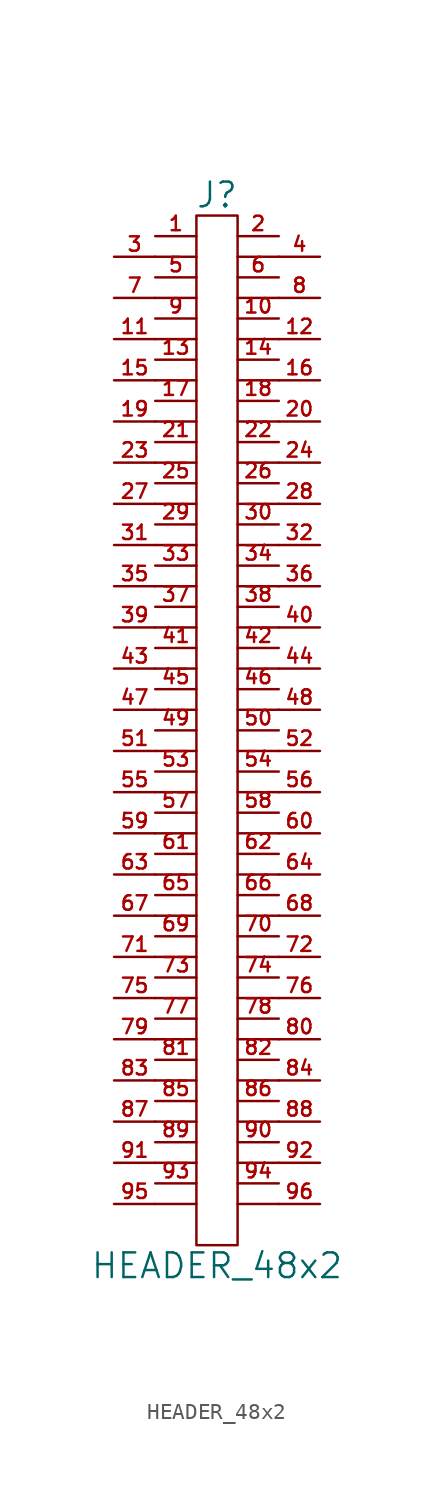
<source format=kicad_sym>
(kicad_symbol_lib
  (version 20220914)
  (generator kicad_symbol_editor)
  (symbol "HEADER_48x2"
    (pin_names
      (offset 0))
    (property "Reference" "J"
      (at 0 33.02 0)
      (effects (font (size 1.524 1.524))))
    (property "Value" "HEADER_48x2"
      (at 0 -33.02 0)
      (effects (font (size 1.524 1.524))))
    (property "Footprint" ""
      (at 0 6.35 0)
      (effects (font (size 1.524 1.524))))
    (property "Datasheet" ""
      (at 0 0 0)
      (effects (font (size 1.524 1.524))))
    (symbol "HEADER_48x2_0_1"
      (polyline (pts (xy -3.81 -29.21) (xy -1.27 -29.21)) (stroke (width 0) (type solid)) (fill (type none)))
      (polyline (pts (xy -3.81 -26.67) (xy -1.27 -26.67)) (stroke (width 0) (type solid)) (fill (type none)))
      (polyline (pts (xy -3.81 -24.13) (xy -1.27 -24.13)) (stroke (width 0) (type solid)) (fill (type none)))
      (polyline (pts (xy -3.81 -21.59) (xy -1.27 -21.59)) (stroke (width 0) (type solid)) (fill (type none)))
      (polyline (pts (xy -3.81 -19.05) (xy -1.27 -19.05)) (stroke (width 0) (type solid)) (fill (type none)))
      (polyline (pts (xy -3.81 -16.51) (xy -1.27 -16.51)) (stroke (width 0) (type solid)) (fill (type none)))
      (polyline (pts (xy -3.81 -13.97) (xy -1.27 -13.97)) (stroke (width 0) (type solid)) (fill (type none)))
      (polyline (pts (xy -3.81 -11.43) (xy -1.27 -11.43)) (stroke (width 0) (type solid)) (fill (type none)))
      (polyline (pts (xy -3.81 -8.89) (xy -1.27 -8.89)) (stroke (width 0) (type solid)) (fill (type none)))
      (polyline (pts (xy -3.81 -6.35) (xy -1.27 -6.35)) (stroke (width 0) (type solid)) (fill (type none)))
      (polyline (pts (xy -3.81 -3.81) (xy -1.27 -3.81)) (stroke (width 0) (type solid)) (fill (type none)))
      (polyline (pts (xy -3.81 -1.27) (xy -1.27 -1.27)) (stroke (width 0) (type solid)) (fill (type none)))
      (polyline (pts (xy -3.81 1.27) (xy -1.27 1.27)) (stroke (width 0) (type solid)) (fill (type none)))
      (polyline (pts (xy -3.81 3.81) (xy -1.27 3.81)) (stroke (width 0) (type solid)) (fill (type none)))
      (polyline (pts (xy -3.81 6.35) (xy -1.27 6.35)) (stroke (width 0) (type solid)) (fill (type none)))
      (polyline (pts (xy -3.81 8.89) (xy -1.27 8.89)) (stroke (width 0) (type solid)) (fill (type none)))
      (polyline (pts (xy -3.81 11.43) (xy -1.27 11.43)) (stroke (width 0) (type solid)) (fill (type none)))
      (polyline (pts (xy -3.81 13.97) (xy -1.27 13.97)) (stroke (width 0) (type solid)) (fill (type none)))
      (polyline (pts (xy -3.81 16.51) (xy -1.27 16.51)) (stroke (width 0) (type solid)) (fill (type none)))
      (polyline (pts (xy -3.81 19.05) (xy -1.27 19.05)) (stroke (width 0) (type solid)) (fill (type none)))
      (polyline (pts (xy -3.81 21.59) (xy -1.27 21.59)) (stroke (width 0) (type solid)) (fill (type none)))
      (polyline (pts (xy -3.81 24.13) (xy -1.27 24.13)) (stroke (width 0) (type solid)) (fill (type none)))
      (polyline (pts (xy -3.81 26.67) (xy -1.27 26.67)) (stroke (width 0) (type solid)) (fill (type none)))
      (polyline (pts (xy -3.81 29.21) (xy -1.27 29.21)) (stroke (width 0) (type solid)) (fill (type none)))
      (polyline (pts (xy 1.27 -29.21) (xy 3.81 -29.21)) (stroke (width 0) (type solid)) (fill (type none)))
      (polyline (pts (xy 1.27 -26.67) (xy 3.81 -26.67)) (stroke (width 0) (type solid)) (fill (type none)))
      (polyline (pts (xy 1.27 -24.13) (xy 3.81 -24.13)) (stroke (width 0) (type solid)) (fill (type none)))
      (polyline (pts (xy 1.27 -21.59) (xy 3.81 -21.59)) (stroke (width 0) (type solid)) (fill (type none)))
      (polyline (pts (xy 1.27 -19.05) (xy 3.81 -19.05)) (stroke (width 0) (type solid)) (fill (type none)))
      (polyline (pts (xy 1.27 -16.51) (xy 3.81 -16.51)) (stroke (width 0) (type solid)) (fill (type none)))
      (polyline (pts (xy 1.27 -13.97) (xy 3.81 -13.97)) (stroke (width 0) (type solid)) (fill (type none)))
      (polyline (pts (xy 1.27 -11.43) (xy 3.81 -11.43)) (stroke (width 0) (type solid)) (fill (type none)))
      (polyline (pts (xy 1.27 -8.89) (xy 3.81 -8.89)) (stroke (width 0) (type solid)) (fill (type none)))
      (polyline (pts (xy 1.27 -6.35) (xy 3.81 -6.35)) (stroke (width 0) (type solid)) (fill (type none)))
      (polyline (pts (xy 1.27 -3.81) (xy 3.81 -3.81)) (stroke (width 0) (type solid)) (fill (type none)))
      (polyline (pts (xy 1.27 -1.27) (xy 3.81 -1.27)) (stroke (width 0) (type solid)) (fill (type none)))
      (polyline (pts (xy 1.27 1.27) (xy 3.81 1.27)) (stroke (width 0) (type solid)) (fill (type none)))
      (polyline (pts (xy 1.27 3.81) (xy 3.81 3.81)) (stroke (width 0) (type solid)) (fill (type none)))
      (polyline (pts (xy 1.27 6.35) (xy 3.81 6.35)) (stroke (width 0) (type solid)) (fill (type none)))
      (polyline (pts (xy 1.27 8.89) (xy 3.81 8.89)) (stroke (width 0) (type solid)) (fill (type none)))
      (polyline (pts (xy 1.27 11.43) (xy 3.81 11.43)) (stroke (width 0) (type solid)) (fill (type none)))
      (polyline (pts (xy 1.27 13.97) (xy 3.81 13.97)) (stroke (width 0) (type solid)) (fill (type none)))
      (polyline (pts (xy 1.27 16.51) (xy 3.81 16.51)) (stroke (width 0) (type solid)) (fill (type none)))
      (polyline (pts (xy 1.27 19.05) (xy 3.81 19.05)) (stroke (width 0) (type solid)) (fill (type none)))
      (polyline (pts (xy 1.27 21.59) (xy 3.81 21.59)) (stroke (width 0) (type solid)) (fill (type none)))
      (polyline (pts (xy 1.27 24.13) (xy 3.81 24.13)) (stroke (width 0) (type solid)) (fill (type none)))
      (polyline (pts (xy 1.27 26.67) (xy 3.81 26.67)) (stroke (width 0) (type solid)) (fill (type none)))
      (polyline (pts (xy 1.27 29.21) (xy 3.81 29.21)) (stroke (width 0) (type solid)) (fill (type none)))
      (rectangle (start 1.27 -31.75) (end -1.27 31.75) (stroke (width 0) (type solid)) (fill (type none))))
    (symbol "HEADER_48x2_1_1"
      (pin passive line (at -3.81 30.48 0) (length 2.54) (name "~" (effects (font (size 1.27 1.27)))) (number "1" (effects (font (size 0.889 0.889)))))
      (pin passive line (at 3.81 25.4 180) (length 2.54) (name "~" (effects (font (size 1.27 1.27)))) (number "10" (effects (font (size 0.889 0.889)))))
      (pin passive line (at -6.35 24.13 0) (length 2.54) (name "~" (effects (font (size 1.27 1.27)))) (number "11" (effects (font (size 0.889 0.889)))))
      (pin passive line (at 6.35 24.13 180) (length 2.54) (name "~" (effects (font (size 1.27 1.27)))) (number "12" (effects (font (size 0.889 0.889)))))
      (pin passive line (at -3.81 22.86 0) (length 2.54) (name "~" (effects (font (size 1.27 1.27)))) (number "13" (effects (font (size 0.889 0.889)))))
      (pin passive line (at 3.81 22.86 180) (length 2.54) (name "~" (effects (font (size 1.27 1.27)))) (number "14" (effects (font (size 0.889 0.889)))))
      (pin passive line (at -6.35 21.59 0) (length 2.54) (name "~" (effects (font (size 1.27 1.27)))) (number "15" (effects (font (size 0.889 0.889)))))
      (pin passive line (at 6.35 21.59 180) (length 2.54) (name "~" (effects (font (size 1.27 1.27)))) (number "16" (effects (font (size 0.889 0.889)))))
      (pin passive line (at -3.81 20.32 0) (length 2.54) (name "~" (effects (font (size 1.27 1.27)))) (number "17" (effects (font (size 0.889 0.889)))))
      (pin passive line (at 3.81 20.32 180) (length 2.54) (name "~" (effects (font (size 1.27 1.27)))) (number "18" (effects (font (size 0.889 0.889)))))
      (pin passive line (at -6.35 19.05 0) (length 2.54) (name "~" (effects (font (size 1.27 1.27)))) (number "19" (effects (font (size 0.889 0.889)))))
      (pin passive line (at 3.81 30.48 180) (length 2.54) (name "~" (effects (font (size 1.27 1.27)))) (number "2" (effects (font (size 0.889 0.889)))))
      (pin passive line (at 6.35 19.05 180) (length 2.54) (name "~" (effects (font (size 1.27 1.27)))) (number "20" (effects (font (size 0.889 0.889)))))
      (pin passive line (at -3.81 17.78 0) (length 2.54) (name "~" (effects (font (size 1.27 1.27)))) (number "21" (effects (font (size 0.889 0.889)))))
      (pin passive line (at 3.81 17.78 180) (length 2.54) (name "~" (effects (font (size 1.27 1.27)))) (number "22" (effects (font (size 0.889 0.889)))))
      (pin passive line (at -6.35 16.51 0) (length 2.54) (name "~" (effects (font (size 1.27 1.27)))) (number "23" (effects (font (size 0.889 0.889)))))
      (pin passive line (at 6.35 16.51 180) (length 2.54) (name "~" (effects (font (size 1.27 1.27)))) (number "24" (effects (font (size 0.889 0.889)))))
      (pin passive line (at -3.81 15.24 0) (length 2.54) (name "~" (effects (font (size 1.27 1.27)))) (number "25" (effects (font (size 0.889 0.889)))))
      (pin passive line (at 3.81 15.24 180) (length 2.54) (name "~" (effects (font (size 1.27 1.27)))) (number "26" (effects (font (size 0.889 0.889)))))
      (pin passive line (at -6.35 13.97 0) (length 2.54) (name "~" (effects (font (size 1.27 1.27)))) (number "27" (effects (font (size 0.889 0.889)))))
      (pin passive line (at 6.35 13.97 180) (length 2.54) (name "~" (effects (font (size 1.27 1.27)))) (number "28" (effects (font (size 0.889 0.889)))))
      (pin passive line (at -3.81 12.7 0) (length 2.54) (name "~" (effects (font (size 1.27 1.27)))) (number "29" (effects (font (size 0.889 0.889)))))
      (pin passive line (at -6.35 29.21 0) (length 2.54) (name "~" (effects (font (size 1.27 1.27)))) (number "3" (effects (font (size 0.889 0.889)))))
      (pin passive line (at 3.81 12.7 180) (length 2.54) (name "~" (effects (font (size 1.27 1.27)))) (number "30" (effects (font (size 0.889 0.889)))))
      (pin passive line (at -6.35 11.43 0) (length 2.54) (name "~" (effects (font (size 1.27 1.27)))) (number "31" (effects (font (size 0.889 0.889)))))
      (pin passive line (at 6.35 11.43 180) (length 2.54) (name "~" (effects (font (size 1.27 1.27)))) (number "32" (effects (font (size 0.889 0.889)))))
      (pin passive line (at -3.81 10.16 0) (length 2.54) (name "~" (effects (font (size 1.27 1.27)))) (number "33" (effects (font (size 0.889 0.889)))))
      (pin passive line (at 3.81 10.16 180) (length 2.54) (name "~" (effects (font (size 1.27 1.27)))) (number "34" (effects (font (size 0.889 0.889)))))
      (pin passive line (at -6.35 8.89 0) (length 2.54) (name "~" (effects (font (size 1.27 1.27)))) (number "35" (effects (font (size 0.889 0.889)))))
      (pin passive line (at 6.35 8.89 180) (length 2.54) (name "~" (effects (font (size 1.27 1.27)))) (number "36" (effects (font (size 0.889 0.889)))))
      (pin passive line (at -3.81 7.62 0) (length 2.54) (name "~" (effects (font (size 0.889 0.889)))) (number "37" (effects (font (size 0.889 0.889)))))
      (pin passive line (at 3.81 7.62 180) (length 2.54) (name "~" (effects (font (size 1.27 1.27)))) (number "38" (effects (font (size 0.889 0.889)))))
      (pin passive line (at -6.35 6.35 0) (length 2.54) (name "~" (effects (font (size 1.27 1.27)))) (number "39" (effects (font (size 0.889 0.889)))))
      (pin passive line (at 6.35 29.21 180) (length 2.54) (name "~" (effects (font (size 1.27 1.27)))) (number "4" (effects (font (size 0.889 0.889)))))
      (pin passive line (at 6.35 6.35 180) (length 2.54) (name "~" (effects (font (size 1.27 1.27)))) (number "40" (effects (font (size 0.889 0.889)))))
      (pin passive line (at -3.81 5.08 0) (length 2.54) (name "~" (effects (font (size 1.27 1.27)))) (number "41" (effects (font (size 0.889 0.889)))))
      (pin passive line (at 3.81 5.08 180) (length 2.54) (name "~" (effects (font (size 1.27 1.27)))) (number "42" (effects (font (size 0.889 0.889)))))
      (pin passive line (at -6.35 3.81 0) (length 2.54) (name "~" (effects (font (size 1.27 1.27)))) (number "43" (effects (font (size 0.889 0.889)))))
      (pin passive line (at 6.35 3.81 180) (length 2.54) (name "~" (effects (font (size 1.27 1.27)))) (number "44" (effects (font (size 0.889 0.889)))))
      (pin passive line (at -3.81 2.54 0) (length 2.54) (name "~" (effects (font (size 1.27 1.27)))) (number "45" (effects (font (size 0.889 0.889)))))
      (pin passive line (at 3.81 2.54 180) (length 2.54) (name "~" (effects (font (size 1.27 1.27)))) (number "46" (effects (font (size 0.889 0.889)))))
      (pin passive line (at -6.35 1.27 0) (length 2.54) (name "~" (effects (font (size 1.27 1.27)))) (number "47" (effects (font (size 0.889 0.889)))))
      (pin passive line (at 6.35 1.27 180) (length 2.54) (name "~" (effects (font (size 1.27 1.27)))) (number "48" (effects (font (size 0.889 0.889)))))
      (pin passive line (at -3.81 0 0) (length 2.54) (name "~" (effects (font (size 1.27 1.27)))) (number "49" (effects (font (size 0.889 0.889)))))
      (pin passive line (at -3.81 27.94 0) (length 2.54) (name "~" (effects (font (size 1.27 1.27)))) (number "5" (effects (font (size 0.889 0.889)))))
      (pin passive line (at 3.81 0 180) (length 2.54) (name "~" (effects (font (size 1.27 1.27)))) (number "50" (effects (font (size 0.889 0.889)))))
      (pin passive line (at -6.35 -1.27 0) (length 2.54) (name "~" (effects (font (size 1.27 1.27)))) (number "51" (effects (font (size 0.889 0.889)))))
      (pin passive line (at 6.35 -1.27 180) (length 2.54) (name "~" (effects (font (size 1.27 1.27)))) (number "52" (effects (font (size 0.889 0.889)))))
      (pin passive line (at -3.81 -2.54 0) (length 2.54) (name "~" (effects (font (size 1.27 1.27)))) (number "53" (effects (font (size 0.889 0.889)))))
      (pin passive line (at 3.81 -2.54 180) (length 2.54) (name "~" (effects (font (size 1.27 1.27)))) (number "54" (effects (font (size 0.889 0.889)))))
      (pin passive line (at -6.35 -3.81 0) (length 2.54) (name "~" (effects (font (size 1.27 1.27)))) (number "55" (effects (font (size 0.889 0.889)))))
      (pin passive line (at 6.35 -3.81 180) (length 2.54) (name "~" (effects (font (size 1.27 1.27)))) (number "56" (effects (font (size 0.889 0.889)))))
      (pin passive line (at -3.81 -5.08 0) (length 2.54) (name "~" (effects (font (size 1.27 1.27)))) (number "57" (effects (font (size 0.889 0.889)))))
      (pin passive line (at 3.81 -5.08 180) (length 2.54) (name "~" (effects (font (size 1.27 1.27)))) (number "58" (effects (font (size 0.889 0.889)))))
      (pin passive line (at -6.35 -6.35 0) (length 2.54) (name "~" (effects (font (size 1.27 1.27)))) (number "59" (effects (font (size 0.889 0.889)))))
      (pin passive line (at 3.81 27.94 180) (length 2.54) (name "~" (effects (font (size 1.27 1.27)))) (number "6" (effects (font (size 0.889 0.889)))))
      (pin passive line (at 6.35 -6.35 180) (length 2.54) (name "~" (effects (font (size 1.27 1.27)))) (number "60" (effects (font (size 0.889 0.889)))))
      (pin passive line (at -3.81 -7.62 0) (length 2.54) (name "~" (effects (font (size 1.27 1.27)))) (number "61" (effects (font (size 0.889 0.889)))))
      (pin passive line (at 3.81 -7.62 180) (length 2.54) (name "~" (effects (font (size 1.27 1.27)))) (number "62" (effects (font (size 0.889 0.889)))))
      (pin passive line (at -6.35 -8.89 0) (length 2.54) (name "~" (effects (font (size 1.27 1.27)))) (number "63" (effects (font (size 0.889 0.889)))))
      (pin passive line (at 6.35 -8.89 180) (length 2.54) (name "~" (effects (font (size 1.27 1.27)))) (number "64" (effects (font (size 0.889 0.889)))))
      (pin passive line (at -3.81 -10.16 0) (length 2.54) (name "~" (effects (font (size 1.27 1.27)))) (number "65" (effects (font (size 0.889 0.889)))))
      (pin passive line (at 3.81 -10.16 180) (length 2.54) (name "~" (effects (font (size 1.27 1.27)))) (number "66" (effects (font (size 0.889 0.889)))))
      (pin passive line (at -6.35 -11.43 0) (length 2.54) (name "~" (effects (font (size 1.27 1.27)))) (number "67" (effects (font (size 0.889 0.889)))))
      (pin passive line (at 6.35 -11.43 180) (length 2.54) (name "~" (effects (font (size 1.27 1.27)))) (number "68" (effects (font (size 0.889 0.889)))))
      (pin passive line (at -3.81 -12.7 0) (length 2.54) (name "~" (effects (font (size 1.27 1.27)))) (number "69" (effects (font (size 0.889 0.889)))))
      (pin passive line (at -6.35 26.67 0) (length 2.54) (name "~" (effects (font (size 1.27 1.27)))) (number "7" (effects (font (size 0.889 0.889)))))
      (pin passive line (at 3.81 -12.7 180) (length 2.54) (name "~" (effects (font (size 1.27 1.27)))) (number "70" (effects (font (size 0.889 0.889)))))
      (pin passive line (at -6.35 -13.97 0) (length 2.54) (name "~" (effects (font (size 1.27 1.27)))) (number "71" (effects (font (size 0.889 0.889)))))
      (pin passive line (at 6.35 -13.97 180) (length 2.54) (name "~" (effects (font (size 1.27 1.27)))) (number "72" (effects (font (size 0.889 0.889)))))
      (pin passive line (at -3.81 -15.24 0) (length 2.54) (name "~" (effects (font (size 1.27 1.27)))) (number "73" (effects (font (size 0.889 0.889)))))
      (pin passive line (at 3.81 -15.24 180) (length 2.54) (name "~" (effects (font (size 1.27 1.27)))) (number "74" (effects (font (size 0.889 0.889)))))
      (pin passive line (at -6.35 -16.51 0) (length 2.54) (name "~" (effects (font (size 1.27 1.27)))) (number "75" (effects (font (size 0.889 0.889)))))
      (pin passive line (at 6.35 -16.51 180) (length 2.54) (name "~" (effects (font (size 1.27 1.27)))) (number "76" (effects (font (size 0.889 0.889)))))
      (pin passive line (at -3.81 -17.78 0) (length 2.54) (name "~" (effects (font (size 1.27 1.27)))) (number "77" (effects (font (size 0.889 0.889)))))
      (pin passive line (at 3.81 -17.78 180) (length 2.54) (name "~" (effects (font (size 1.27 1.27)))) (number "78" (effects (font (size 0.889 0.889)))))
      (pin passive line (at -6.35 -19.05 0) (length 2.54) (name "~" (effects (font (size 1.27 1.27)))) (number "79" (effects (font (size 0.889 0.889)))))
      (pin passive line (at 6.35 26.67 180) (length 2.54) (name "~" (effects (font (size 1.27 1.27)))) (number "8" (effects (font (size 0.889 0.889)))))
      (pin passive line (at 6.35 -19.05 180) (length 2.54) (name "~" (effects (font (size 1.27 1.27)))) (number "80" (effects (font (size 0.889 0.889)))))
      (pin passive line (at -3.81 -20.32 0) (length 2.54) (name "~" (effects (font (size 1.27 1.27)))) (number "81" (effects (font (size 0.889 0.889)))))
      (pin passive line (at 3.81 -20.32 180) (length 2.54) (name "~" (effects (font (size 1.27 1.27)))) (number "82" (effects (font (size 0.889 0.889)))))
      (pin passive line (at -6.35 -21.59 0) (length 2.54) (name "~" (effects (font (size 1.27 1.27)))) (number "83" (effects (font (size 0.889 0.889)))))
      (pin passive line (at 6.35 -21.59 180) (length 2.54) (name "~" (effects (font (size 1.27 1.27)))) (number "84" (effects (font (size 0.889 0.889)))))
      (pin passive line (at -3.81 -22.86 0) (length 2.54) (name "~" (effects (font (size 1.27 1.27)))) (number "85" (effects (font (size 0.889 0.889)))))
      (pin passive line (at 3.81 -22.86 180) (length 2.54) (name "~" (effects (font (size 1.27 1.27)))) (number "86" (effects (font (size 0.889 0.889)))))
      (pin passive line (at -6.35 -24.13 0) (length 2.54) (name "~" (effects (font (size 1.27 1.27)))) (number "87" (effects (font (size 0.889 0.889)))))
      (pin passive line (at 6.35 -24.13 180) (length 2.54) (name "~" (effects (font (size 1.27 1.27)))) (number "88" (effects (font (size 0.889 0.889)))))
      (pin passive line (at -3.81 -25.4 0) (length 2.54) (name "~" (effects (font (size 1.27 1.27)))) (number "89" (effects (font (size 0.889 0.889)))))
      (pin passive line (at -3.81 25.4 0) (length 2.54) (name "~" (effects (font (size 1.27 1.27)))) (number "9" (effects (font (size 0.889 0.889)))))
      (pin passive line (at 3.81 -25.4 180) (length 2.54) (name "~" (effects (font (size 1.27 1.27)))) (number "90" (effects (font (size 0.889 0.889)))))
      (pin passive line (at -6.35 -26.67 0) (length 2.54) (name "~" (effects (font (size 1.27 1.27)))) (number "91" (effects (font (size 0.889 0.889)))))
      (pin passive line (at 6.35 -26.67 180) (length 2.54) (name "~" (effects (font (size 1.27 1.27)))) (number "92" (effects (font (size 0.889 0.889)))))
      (pin passive line (at -3.81 -27.94 0) (length 2.54) (name "~" (effects (font (size 1.27 1.27)))) (number "93" (effects (font (size 0.889 0.889)))))
      (pin passive line (at 3.81 -27.94 180) (length 2.54) (name "~" (effects (font (size 1.27 1.27)))) (number "94" (effects (font (size 0.889 0.889)))))
      (pin passive line (at -6.35 -29.21 0) (length 2.54) (name "~" (effects (font (size 1.27 1.27)))) (number "95" (effects (font (size 0.889 0.889)))))
      (pin passive line (at 6.35 -29.21 180) (length 2.54) (name "~" (effects (font (size 1.27 1.27)))) (number "96" (effects (font (size 0.889 0.889))))))))
</source>
